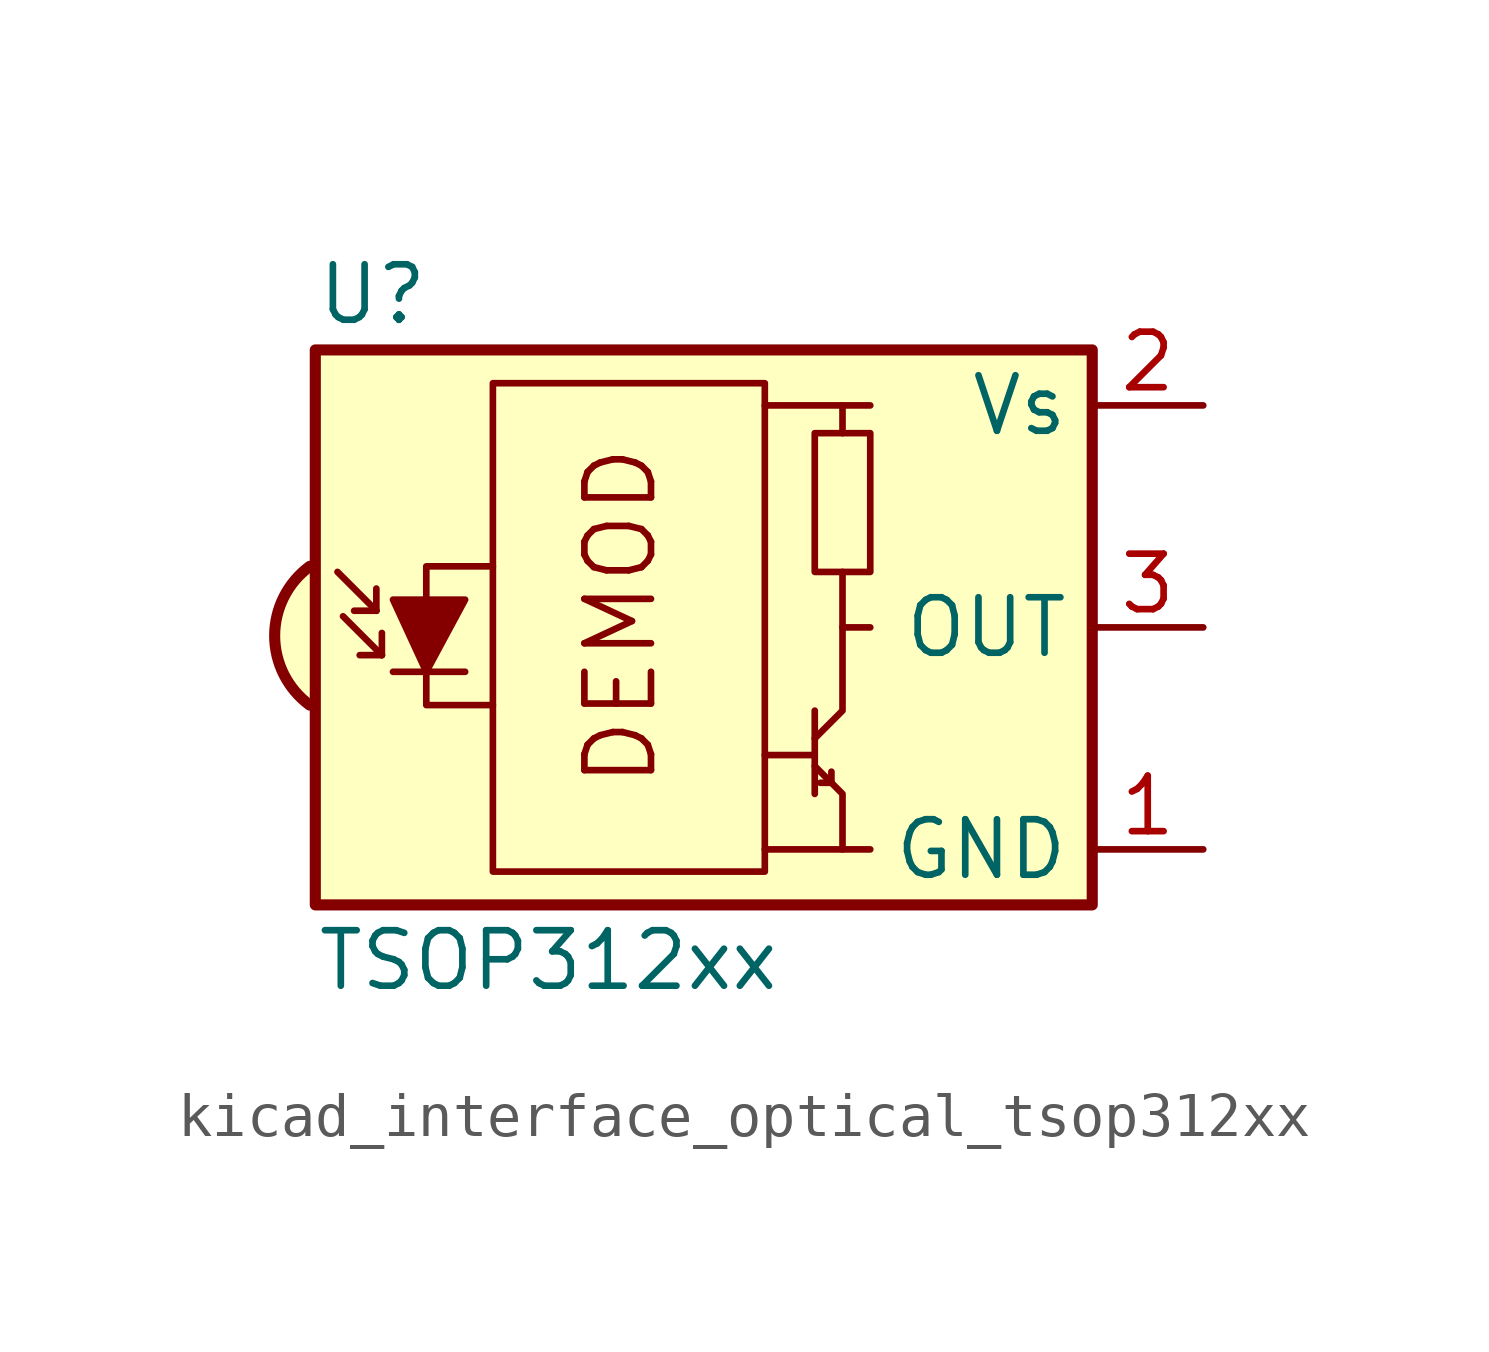
<source format=kicad_sym>
(kicad_symbol_lib
  (version 20220914)
  (generator kicad_symbol_editor)
  (symbol "kicad_interface_optical_tsop312xx"
    (property "Reference" "U"
      (at -10.16 7.62 0)
      (effects (font (size 1.27 1.27)) (justify left)))
    (property "Value" "TSOP312xx"
      (at -10.16 -7.62 0)
      (effects (font (size 1.27 1.27)) (justify left)))
    (symbol "kicad_interface_optical_tsop312xx_0_0"
      (arc (start -10.287 1.397) (mid -11.0899 -0.1852) (end -10.287 -1.778) (stroke (width 0.254) (type default)) (fill (type background)))
      (polyline (pts (xy 1.905 -5.08) (xy 0.127 -5.08)) (stroke (width 0) (type default)) (fill (type none)))
      (polyline (pts (xy 1.905 5.08) (xy 0.127 5.08)) (stroke (width 0) (type default)) (fill (type none)))
      (text "DEMOD" (at -3.175 0.254 900) (effects (font (size 1.524 1.524)))))
    (symbol "kicad_interface_optical_tsop312xx_0_1"
      (rectangle (start -6.096 5.588) (end 0.127 -5.588) (stroke (width 0) (type default)) (fill (type none)))
      (polyline (pts (xy -8.763 0.381) (xy -9.652 1.27)) (stroke (width 0) (type default)) (fill (type none)))
      (polyline (pts (xy -8.763 0.381) (xy -9.271 0.381)) (stroke (width 0) (type default)) (fill (type none)))
      (polyline (pts (xy -8.763 0.381) (xy -8.763 0.889)) (stroke (width 0) (type default)) (fill (type none)))
      (polyline (pts (xy -8.636 -0.635) (xy -9.525 0.254)) (stroke (width 0) (type default)) (fill (type none)))
      (polyline (pts (xy -8.636 -0.635) (xy -9.144 -0.635)) (stroke (width 0) (type default)) (fill (type none)))
      (polyline (pts (xy -8.636 -0.635) (xy -8.636 -0.127)) (stroke (width 0) (type default)) (fill (type none)))
      (polyline (pts (xy -8.382 -1.016) (xy -6.731 -1.016)) (stroke (width 0) (type default)) (fill (type none)))
      (polyline (pts (xy 1.27 -2.921) (xy 0.127 -2.921)) (stroke (width 0) (type default)) (fill (type none)))
      (polyline (pts (xy 1.27 -1.905) (xy 1.27 -3.81)) (stroke (width 0) (type default)) (fill (type none)))
      (polyline (pts (xy 1.397 -3.556) (xy 1.524 -3.556)) (stroke (width 0) (type default)) (fill (type none)))
      (polyline (pts (xy 1.651 -3.556) (xy 1.524 -3.556)) (stroke (width 0) (type default)) (fill (type none)))
      (polyline (pts (xy 1.651 -3.556) (xy 1.651 -3.302)) (stroke (width 0) (type default)) (fill (type none)))
      (polyline (pts (xy 1.905 0) (xy 1.905 1.27)) (stroke (width 0) (type default)) (fill (type none)))
      (polyline (pts (xy 1.905 4.445) (xy 1.905 5.08) (xy 2.54 5.08)) (stroke (width 0) (type default)) (fill (type none)))
      (polyline (pts (xy -8.382 0.635) (xy -6.731 0.635) (xy -7.62 -1.016) (xy -8.382 0.635)) (stroke (width 0) (type default)) (fill (type outline)))
      (polyline (pts (xy -6.096 1.397) (xy -7.62 1.397) (xy -7.62 -1.778) (xy -6.096 -1.778)) (stroke (width 0) (type default)) (fill (type none)))
      (polyline (pts (xy 1.27 -3.175) (xy 1.905 -3.81) (xy 1.905 -5.08) (xy 2.54 -5.08)) (stroke (width 0) (type default)) (fill (type none)))
      (polyline (pts (xy 1.27 -2.54) (xy 1.905 -1.905) (xy 1.905 0) (xy 2.54 0)) (stroke (width 0) (type default)) (fill (type none)))
      (rectangle (start 2.54 1.27) (end 1.27 4.445) (stroke (width 0) (type default)) (fill (type none)))
      (rectangle (start 7.62 6.35) (end -10.16 -6.35) (stroke (width 0.254) (type default)) (fill (type background))))
    (symbol "kicad_interface_optical_tsop312xx_1_1"
      (pin power_in line (at 10.16 -5.08 180) (length 2.54) (name "GND" (effects (font (size 1.27 1.27)))) (number "1" (effects (font (size 1.27 1.27)))))
      (pin power_in line (at 10.16 5.08 180) (length 2.54) (name "Vs" (effects (font (size 1.27 1.27)))) (number "2" (effects (font (size 1.27 1.27)))))
      (pin output line (at 10.16 0 180) (length 2.54) (name "OUT" (effects (font (size 1.27 1.27)))) (number "3" (effects (font (size 1.27 1.27))))))))
</source>
